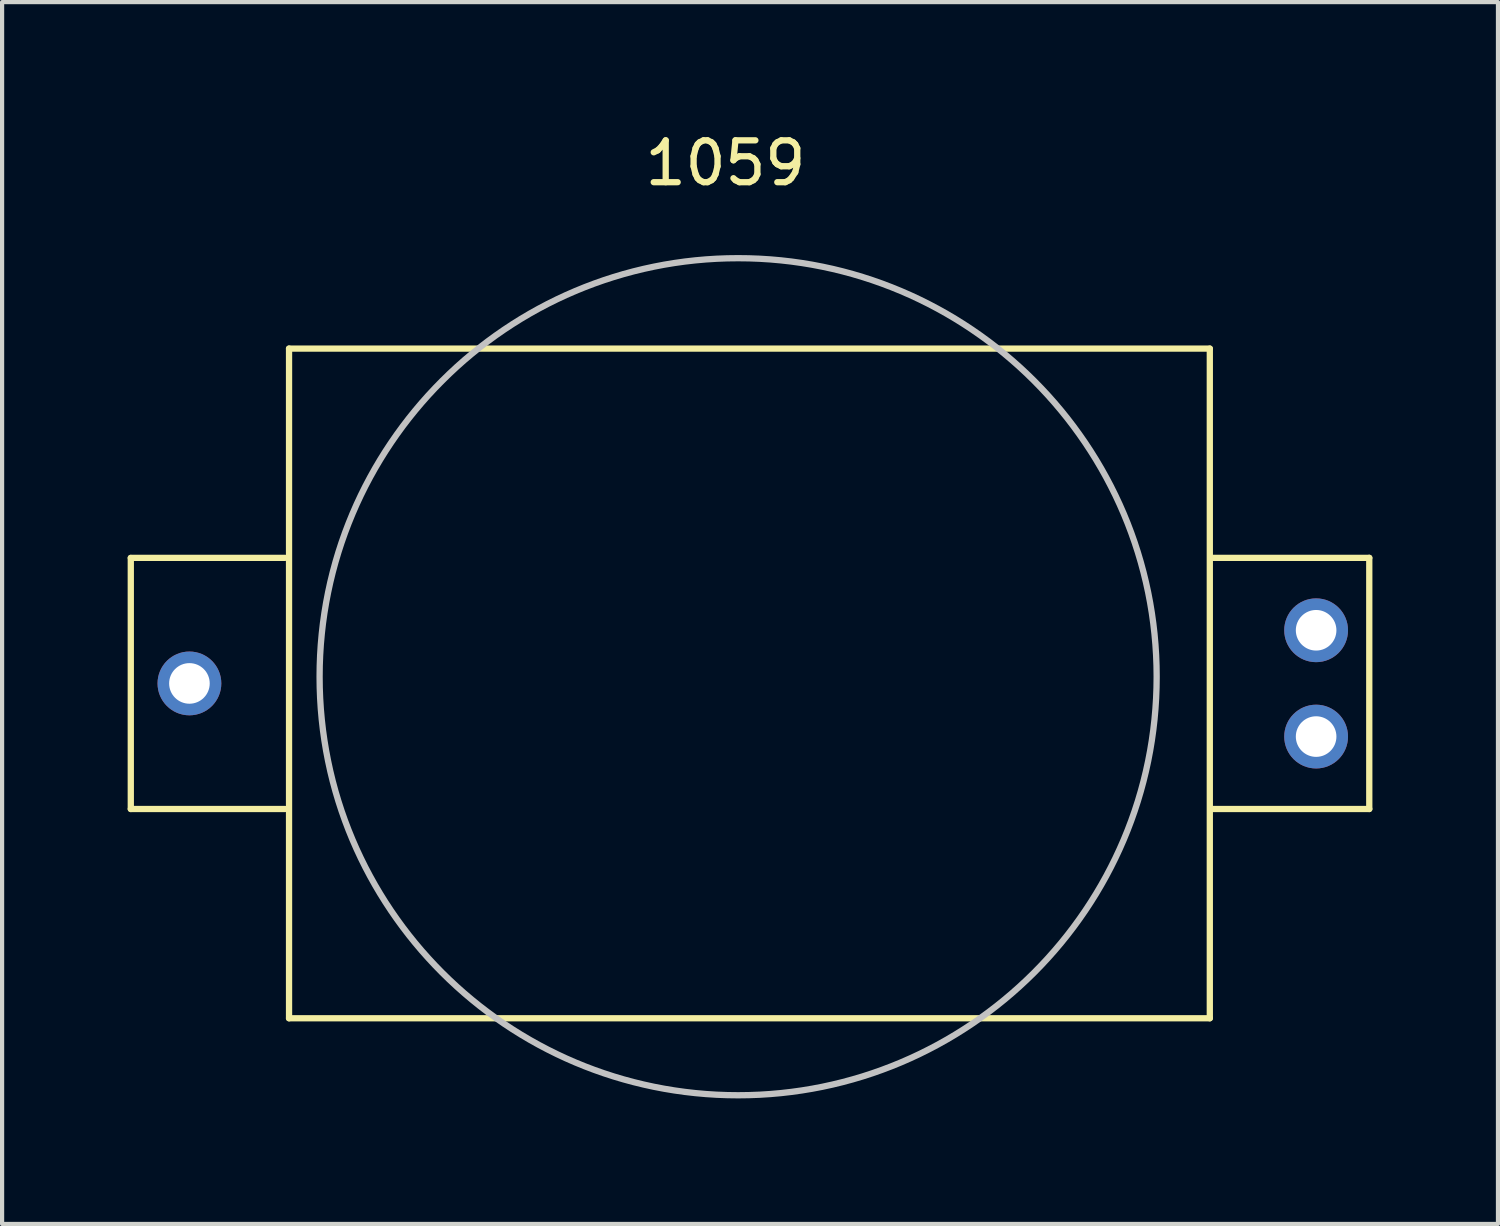
<source format=kicad_pcb>
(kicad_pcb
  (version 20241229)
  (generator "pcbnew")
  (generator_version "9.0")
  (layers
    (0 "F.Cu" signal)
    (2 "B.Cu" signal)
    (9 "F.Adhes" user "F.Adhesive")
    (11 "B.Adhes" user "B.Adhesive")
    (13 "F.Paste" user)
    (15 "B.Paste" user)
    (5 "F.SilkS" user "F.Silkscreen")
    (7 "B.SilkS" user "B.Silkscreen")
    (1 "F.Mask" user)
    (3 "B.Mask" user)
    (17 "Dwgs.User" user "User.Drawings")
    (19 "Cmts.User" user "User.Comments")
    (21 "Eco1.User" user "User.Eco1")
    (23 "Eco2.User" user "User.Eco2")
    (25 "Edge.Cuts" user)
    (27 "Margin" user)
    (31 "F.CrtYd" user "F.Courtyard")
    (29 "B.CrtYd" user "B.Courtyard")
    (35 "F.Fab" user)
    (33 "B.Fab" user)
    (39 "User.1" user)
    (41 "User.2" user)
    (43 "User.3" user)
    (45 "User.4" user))
  (footprint "1059"
    (layer "F.Cu")
    (at 28.396 13.279)
    (property "Reference" "1059" (at -14.112 -12.431 180) (layer "F.SilkS") (effects (font (size 1 1) (thickness 0.15))))
    (attr through_hole)
    (fp_line (start -28.321 -3) (end -24.638 -3) (stroke (width 0.15) (type solid)) (layer "F.SilkS"))
    (fp_line (start -28.321 3) (end -28.321 -2.997) (stroke (width 0.15) (type solid)) (layer "F.SilkS"))
    (fp_line (start -28.321 3) (end -24.638 3) (stroke (width 0.15) (type solid)) (layer "F.SilkS"))
    (fp_line (start -24.54 -8) (end -2.54 -8) (stroke (width 0.15) (type solid)) (layer "F.SilkS"))
    (fp_line (start -24.54 8) (end -24.54 -8) (stroke (width 0.15) (type solid)) (layer "F.SilkS"))
    (fp_line (start -2.54 8) (end -24.54 8) (stroke (width 0.15) (type solid)) (layer "F.SilkS"))
    (fp_line (start -2.54 8) (end -2.54 -8) (stroke (width 0.15) (type solid)) (layer "F.SilkS"))
    (fp_line (start -2.5 -3) (end 1.27 -3) (stroke (width 0.15) (type solid)) (layer "F.SilkS"))
    (fp_line (start -2.5 3) (end 1.27 3) (stroke (width 0.15) (type solid)) (layer "F.SilkS"))
    (fp_line (start 1.27 3) (end 1.27 -3) (stroke (width 0.15) (type solid)) (layer "F.SilkS"))
    (fp_circle (center -13.81 -0.16) (end -3.81 -0.16) (stroke (width 0.15) (type solid)) (fill no) (layer "Dwgs.User"))
    (pad "1" thru_hole circle (at 0 -1.27 90) (size 1.524 1.524) (drill 0.97) (layers "*.Cu" "*.Mask"))
    (pad "1" thru_hole circle (at 0 1.27 90) (size 1.524 1.524) (drill 0.97) (layers "*.Cu" "*.Mask"))
    (pad "2" thru_hole circle (at -26.92 0 90) (size 1.524 1.524) (drill 0.97) (layers "*.Cu" "*.Mask")))
  (gr_rect
    (start -3 -3)
    (end 32.741 26.194)
    (stroke (width 0.1) (type default))
    (fill no)
    (layer "Edge.Cuts")))
</source>
